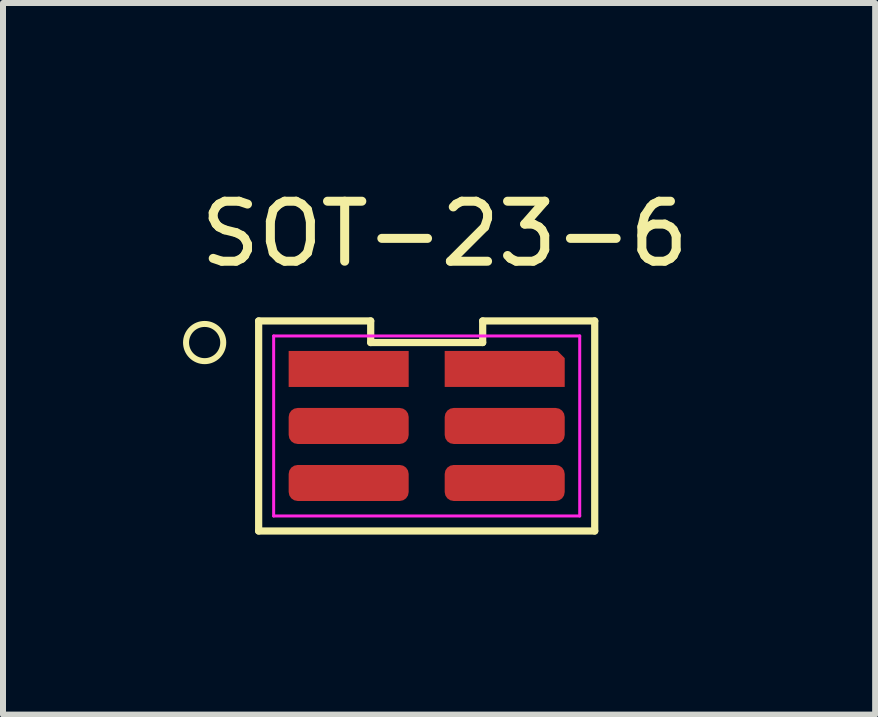
<source format=kicad_pcb>
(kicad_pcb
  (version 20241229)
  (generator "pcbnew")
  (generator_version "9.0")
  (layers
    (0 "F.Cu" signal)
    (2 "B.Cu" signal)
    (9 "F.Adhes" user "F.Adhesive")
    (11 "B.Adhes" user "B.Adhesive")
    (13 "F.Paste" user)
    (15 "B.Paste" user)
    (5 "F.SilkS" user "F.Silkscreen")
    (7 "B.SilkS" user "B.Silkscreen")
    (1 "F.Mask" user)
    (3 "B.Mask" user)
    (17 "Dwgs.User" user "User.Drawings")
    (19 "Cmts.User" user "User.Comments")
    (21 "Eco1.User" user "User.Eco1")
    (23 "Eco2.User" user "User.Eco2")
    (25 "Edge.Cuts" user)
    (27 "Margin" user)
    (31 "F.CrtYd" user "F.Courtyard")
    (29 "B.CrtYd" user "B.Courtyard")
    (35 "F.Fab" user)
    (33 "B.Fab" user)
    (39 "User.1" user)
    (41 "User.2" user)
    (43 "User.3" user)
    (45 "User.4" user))
  (footprint "SOT-23-6"
    (layer "F.Cu")
    (at 4.36 4.348)
    (property "Reference" "SOT-23-6" (at 0 -3.5 0) (layer "F.SilkS") (effects (font (size 1 1) (thickness 0.15))))
    (attr through_hole)
    (fp_line (start -3.1 -2.05) (end -3.1 1.45) (stroke (width 0.12) (type default)) (layer "F.SilkS"))
    (fp_line (start -3.1 1.45) (end 2.5 1.45) (stroke (width 0.12) (type default)) (layer "F.SilkS"))
    (fp_line (start -1.233 -2.05) (end -3.1 -2.05) (stroke (width 0.12) (type default)) (layer "F.SilkS"))
    (fp_line (start -1.233 -1.69) (end -1.233 -2.05) (stroke (width 0.12) (type default)) (layer "F.SilkS"))
    (fp_line (start 0.633 -2.05) (end 0.633 -1.69) (stroke (width 0.12) (type default)) (layer "F.SilkS"))
    (fp_line (start 0.633 -1.69) (end -1.233 -1.69) (stroke (width 0.12) (type default)) (layer "F.SilkS"))
    (fp_line (start 2.5 -2.05) (end 0.633 -2.05) (stroke (width 0.12) (type default)) (layer "F.SilkS"))
    (fp_line (start 2.5 1.45) (end 2.5 -2.05) (stroke (width 0.12) (type default)) (layer "F.SilkS"))
    (fp_circle (center -4 -1.69) (end -4 -2) (stroke (width 0.1) (type default)) (fill no) (layer "F.SilkS"))
    (fp_line (start -2.85 -1.8) (end 2.25 -1.8) (stroke (width 0.05) (type default)) (layer "F.CrtYd"))
    (fp_line (start -2.85 1.2) (end -2.85 -1.8) (stroke (width 0.05) (type default)) (layer "F.CrtYd"))
    (fp_line (start 2.25 -1.8) (end 2.25 1.2) (stroke (width 0.05) (type default)) (layer "F.CrtYd"))
    (fp_line (start 2.25 1.2) (end -2.85 1.2) (stroke (width 0.05) (type default)) (layer "F.CrtYd"))
    (pad "1" smd rect (at -1.6 -1.25 270) (size 0.6 2) (layers "F.Cu" "F.Mask" "F.Paste"))
    (pad "2" smd roundrect (at -1.6 -0.3 270) (size 0.6 2) (layers "F.Cu" "F.Mask" "F.Paste") (roundrect_rratio 0.25))
    (pad "3" smd roundrect (at -1.6 0.65 270) (size 0.6 2) (layers "F.Cu" "F.Mask" "F.Paste") (roundrect_rratio 0.25))
    (pad "4" smd roundrect (at 1 0.65 270) (size 0.6 2) (layers "F.Cu" "F.Mask" "F.Paste") (roundrect_rratio 0.25))
    (pad "5" smd roundrect (at 1 -0.3 270) (size 0.6 2) (layers "F.Cu" "F.Mask" "F.Paste") (roundrect_rratio 0.25))
    (pad "6" smd roundrect (at 1 -1.25 270) (size 0.6 2) (layers "F.Cu" "F.Mask" "F.Paste") (roundrect_rratio 0) (chamfer_ratio 0.2) (chamfer top_left)))
  (gr_rect
    (start -3 -3)
    (end 11.533 8.858)
    (stroke (width 0.1) (type default))
    (fill no)
    (layer "Edge.Cuts")))
</source>
